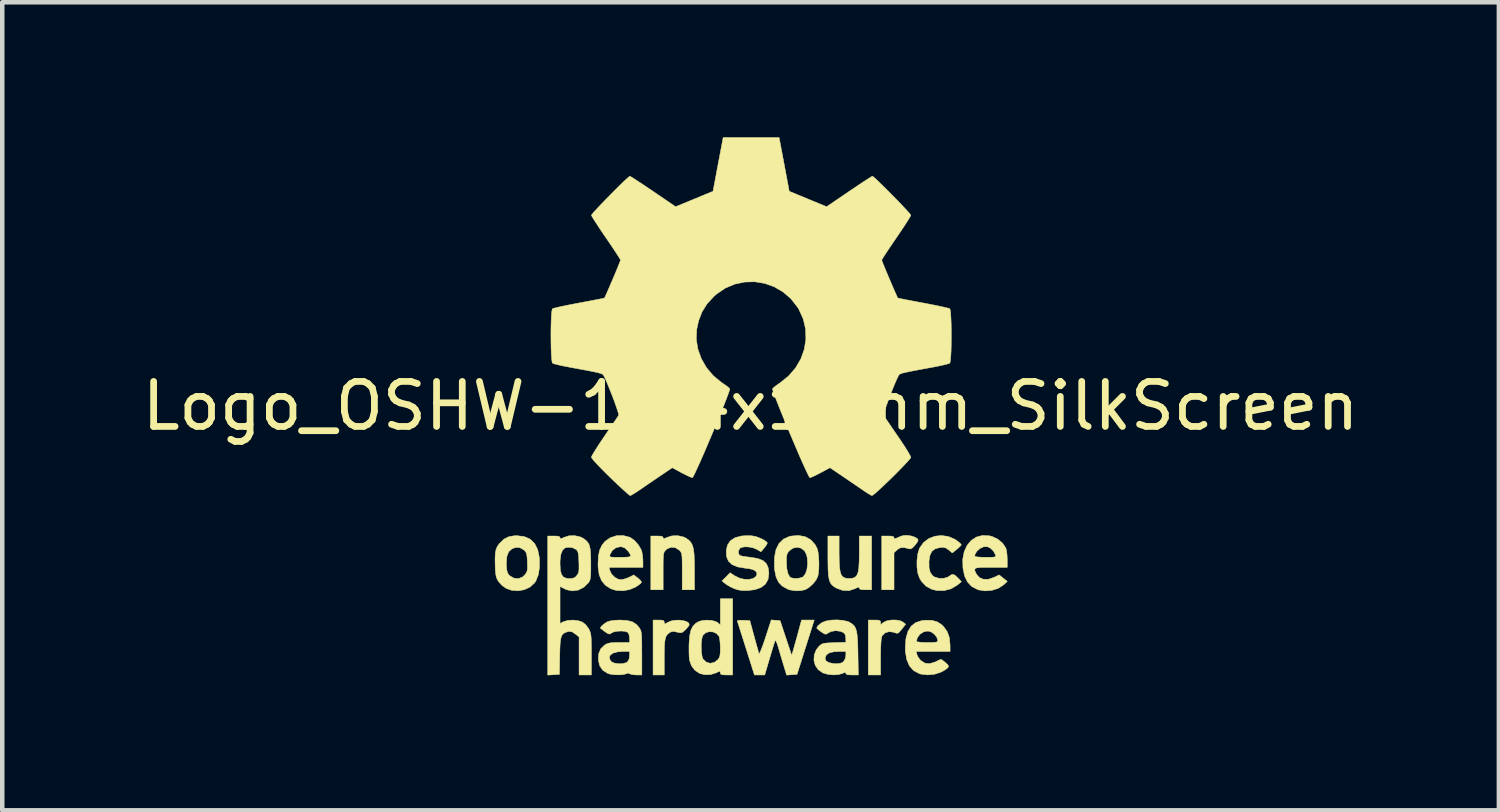
<source format=kicad_pcb>
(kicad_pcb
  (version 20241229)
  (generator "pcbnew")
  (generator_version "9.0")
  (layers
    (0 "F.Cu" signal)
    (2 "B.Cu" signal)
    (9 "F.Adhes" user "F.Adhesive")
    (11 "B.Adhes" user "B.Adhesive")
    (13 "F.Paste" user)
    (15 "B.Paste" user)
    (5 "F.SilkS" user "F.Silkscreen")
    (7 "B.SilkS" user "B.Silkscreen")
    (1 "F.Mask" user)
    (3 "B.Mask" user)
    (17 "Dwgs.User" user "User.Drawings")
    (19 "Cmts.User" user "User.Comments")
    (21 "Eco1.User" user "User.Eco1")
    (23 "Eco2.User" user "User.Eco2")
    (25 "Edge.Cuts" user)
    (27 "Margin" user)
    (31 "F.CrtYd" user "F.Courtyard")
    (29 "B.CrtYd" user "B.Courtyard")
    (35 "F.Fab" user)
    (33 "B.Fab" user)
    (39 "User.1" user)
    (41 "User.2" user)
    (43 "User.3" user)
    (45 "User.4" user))
  (footprint "Logo_OSHW-11.4x12mm_SilkScreen"
    (layer "F.Cu")
    (at 13.625 5.969)
    (property "Reference" "Logo_OSHW-11.4x12mm_SilkScreen" (at 0 0 0) (layer "F.SilkS") (effects (font (size 1 1) (thickness 0.15))))
    (attr exclude_from_pos_files exclude_from_bom)
    (fp_poly (pts (xy 3.564 2.887) (xy 3.649 2.914) (xy 3.704 2.947) (xy 3.722 2.973) (xy 3.717 3.004) (xy 3.685 3.053) (xy 3.658 3.087) (xy 3.602 3.149) (xy 3.56 3.176) (xy 3.524 3.174) (xy 3.418 3.147) (xy 3.34 3.148) (xy 3.277 3.179) (xy 3.256 3.197) (xy 3.187 3.26) (xy 3.187 4.084) (xy 2.914 4.084) (xy 2.914 2.889) (xy 3.05 2.889) (xy 3.133 2.892) (xy 3.175 2.903) (xy 3.187 2.926) (xy 3.187 2.927) (xy 3.193 2.95) (xy 3.22 2.947) (xy 3.256 2.93) (xy 3.331 2.898) (xy 3.392 2.879) (xy 3.471 2.874) (xy 3.564 2.887)) (stroke (width 0.01) (type solid)) (fill yes) (layer "F.SilkS"))
    (fp_poly (pts (xy 3.238 4.756) (xy 3.334 4.775) (xy 3.389 4.803) (xy 3.446 4.849) (xy 3.364 4.952) (xy 3.314 5.014) (xy 3.28 5.045) (xy 3.246 5.05) (xy 3.196 5.035) (xy 3.173 5.026) (xy 3.078 5.014) (xy 2.991 5.04) (xy 2.927 5.101) (xy 2.917 5.12) (xy 2.905 5.171) (xy 2.897 5.266) (xy 2.891 5.396) (xy 2.889 5.556) (xy 2.889 5.579) (xy 2.889 5.976) (xy 2.615 5.976) (xy 2.615 4.756) (xy 2.752 4.756) (xy 2.831 4.758) (xy 2.872 4.768) (xy 2.887 4.788) (xy 2.889 4.808) (xy 2.889 4.859) (xy 2.954 4.808) (xy 3.029 4.773) (xy 3.131 4.755) (xy 3.238 4.756)) (stroke (width 0.01) (type solid)) (fill yes) (layer "F.SilkS"))
    (fp_poly (pts (xy -1.967 4.759) (xy -1.93 4.77) (xy -1.918 4.795) (xy -1.917 4.806) (xy -1.915 4.837) (xy -1.9 4.841) (xy -1.86 4.82) (xy -1.837 4.806) (xy -1.761 4.775) (xy -1.672 4.76) (xy -1.577 4.758) (xy -1.489 4.77) (xy -1.417 4.792) (xy -1.372 4.824) (xy -1.363 4.865) (xy -1.367 4.875) (xy -1.4 4.921) (xy -1.452 4.976) (xy -1.461 4.985) (xy -1.51 5.026) (xy -1.552 5.04) (xy -1.611 5.03) (xy -1.635 5.024) (xy -1.708 5.009) (xy -1.76 5.016) (xy -1.804 5.039) (xy -1.844 5.071) (xy -1.874 5.111) (xy -1.894 5.166) (xy -1.907 5.245) (xy -1.914 5.355) (xy -1.917 5.503) (xy -1.917 5.592) (xy -1.917 5.976) (xy -2.166 5.976) (xy -2.166 4.756) (xy -2.042 4.756) (xy -1.967 4.759)) (stroke (width 0.01) (type solid)) (fill yes) (layer "F.SilkS"))
    (fp_poly (pts (xy 1.967 3.276) (xy 1.97 3.459) (xy 1.978 3.598) (xy 1.995 3.698) (xy 2.023 3.766) (xy 2.065 3.808) (xy 2.121 3.828) (xy 2.191 3.833) (xy 2.265 3.827) (xy 2.321 3.806) (xy 2.361 3.763) (xy 2.389 3.694) (xy 2.405 3.591) (xy 2.413 3.451) (xy 2.415 3.276) (xy 2.415 2.889) (xy 2.689 2.889) (xy 2.689 4.084) (xy 2.552 4.084) (xy 2.47 4.081) (xy 2.427 4.069) (xy 2.415 4.047) (xy 2.408 4.027) (xy 2.38 4.031) (xy 2.322 4.059) (xy 2.191 4.102) (xy 2.051 4.099) (xy 1.918 4.052) (xy 1.854 4.015) (xy 1.806 3.975) (xy 1.77 3.924) (xy 1.746 3.857) (xy 1.73 3.765) (xy 1.722 3.642) (xy 1.719 3.481) (xy 1.718 3.356) (xy 1.718 2.889) (xy 1.967 2.889) (xy 1.967 3.276)) (stroke (width 0.01) (type solid)) (fill yes) (layer "F.SilkS"))
    (fp_poly (pts (xy -1.493 2.909) (xy -1.431 2.939) (xy -1.371 2.982) (xy -1.326 3.031) (xy -1.292 3.094) (xy -1.269 3.177) (xy -1.255 3.288) (xy -1.248 3.434) (xy -1.246 3.622) (xy -1.246 3.642) (xy -1.245 4.084) (xy -1.519 4.084) (xy -1.519 3.676) (xy -1.519 3.525) (xy -1.521 3.416) (xy -1.524 3.34) (xy -1.531 3.289) (xy -1.543 3.255) (xy -1.56 3.229) (xy -1.585 3.203) (xy -1.67 3.149) (xy -1.762 3.138) (xy -1.851 3.173) (xy -1.881 3.199) (xy -1.904 3.223) (xy -1.92 3.249) (xy -1.931 3.285) (xy -1.937 3.339) (xy -1.941 3.418) (xy -1.942 3.533) (xy -1.942 3.672) (xy -1.942 4.084) (xy -2.216 4.084) (xy -2.216 2.889) (xy -2.079 2.889) (xy -1.997 2.892) (xy -1.955 2.903) (xy -1.942 2.926) (xy -1.942 2.927) (xy -1.937 2.949) (xy -1.911 2.946) (xy -1.861 2.922) (xy -1.748 2.886) (xy -1.618 2.882) (xy -1.493 2.909)) (stroke (width 0.01) (type solid)) (fill yes) (layer "F.SilkS"))
    (fp_poly (pts (xy 4.391 2.899) (xy 4.535 2.96) (xy 4.581 2.99) (xy 4.639 3.036) (xy 4.675 3.072) (xy 4.682 3.084) (xy 4.664 3.11) (xy 4.618 3.154) (xy 4.581 3.185) (xy 4.481 3.266) (xy 4.402 3.199) (xy 4.341 3.156) (xy 4.281 3.141) (xy 4.213 3.145) (xy 4.104 3.172) (xy 4.03 3.228) (xy 3.985 3.318) (xy 3.964 3.448) (xy 3.964 3.449) (xy 3.966 3.594) (xy 3.993 3.701) (xy 4.049 3.774) (xy 4.086 3.799) (xy 4.186 3.829) (xy 4.293 3.829) (xy 4.386 3.8) (xy 4.408 3.785) (xy 4.463 3.748) (xy 4.506 3.742) (xy 4.552 3.769) (xy 4.604 3.819) (xy 4.685 3.903) (xy 4.595 3.978) (xy 4.455 4.062) (xy 4.298 4.103) (xy 4.134 4.1) (xy 4.026 4.072) (xy 3.899 4.005) (xy 3.798 3.898) (xy 3.753 3.822) (xy 3.715 3.714) (xy 3.697 3.577) (xy 3.697 3.429) (xy 3.715 3.286) (xy 3.751 3.167) (xy 3.757 3.155) (xy 3.842 3.035) (xy 3.957 2.947) (xy 4.093 2.894) (xy 4.24 2.878) (xy 4.391 2.899)) (stroke (width 0.01) (type solid)) (fill yes) (layer "F.SilkS"))
    (fp_poly (pts (xy 1.21 2.903) (xy 1.336 2.972) (xy 1.434 3.08) (xy 1.48 3.168) (xy 1.5 3.246) (xy 1.513 3.357) (xy 1.519 3.485) (xy 1.517 3.613) (xy 1.506 3.726) (xy 1.494 3.786) (xy 1.454 3.868) (xy 1.383 3.956) (xy 1.298 4.032) (xy 1.214 4.082) (xy 1.212 4.082) (xy 1.108 4.104) (xy 0.985 4.105) (xy 0.867 4.085) (xy 0.822 4.069) (xy 0.705 4.003) (xy 0.622 3.916) (xy 0.567 3.801) (xy 0.536 3.651) (xy 0.529 3.572) (xy 0.53 3.473) (xy 0.797 3.473) (xy 0.806 3.618) (xy 0.832 3.728) (xy 0.873 3.798) (xy 0.902 3.818) (xy 0.977 3.832) (xy 1.066 3.828) (xy 1.144 3.808) (xy 1.164 3.797) (xy 1.217 3.732) (xy 1.252 3.633) (xy 1.267 3.513) (xy 1.26 3.383) (xy 1.244 3.306) (xy 1.197 3.216) (xy 1.123 3.16) (xy 1.033 3.14) (xy 0.941 3.16) (xy 0.87 3.21) (xy 0.832 3.252) (xy 0.811 3.292) (xy 0.8 3.347) (xy 0.797 3.432) (xy 0.797 3.473) (xy 0.53 3.473) (xy 0.531 3.362) (xy 0.565 3.189) (xy 0.632 3.055) (xy 0.731 2.958) (xy 0.862 2.899) (xy 0.89 2.892) (xy 1.06 2.876) (xy 1.21 2.903)) (stroke (width 0.01) (type solid)) (fill yes) (layer "F.SilkS"))
    (fp_poly (pts (xy 0.558 4.761) (xy 0.656 4.769) (xy 0.785 5.155) (xy 0.914 5.541) (xy 0.954 5.404) (xy 0.978 5.319) (xy 1.01 5.205) (xy 1.045 5.079) (xy 1.063 5.012) (xy 1.132 4.756) (xy 1.415 4.756) (xy 1.33 5.024) (xy 1.288 5.156) (xy 1.238 5.314) (xy 1.185 5.48) (xy 1.139 5.628) (xy 1.032 5.964) (xy 0.801 5.979) (xy 0.738 5.772) (xy 0.699 5.644) (xy 0.657 5.502) (xy 0.62 5.377) (xy 0.619 5.372) (xy 0.592 5.288) (xy 0.567 5.23) (xy 0.55 5.208) (xy 0.547 5.21) (xy 0.534 5.244) (xy 0.511 5.317) (xy 0.48 5.419) (xy 0.443 5.542) (xy 0.423 5.609) (xy 0.315 5.976) (xy 0.086 5.976) (xy -0.098 5.397) (xy -0.149 5.235) (xy -0.196 5.088) (xy -0.236 4.962) (xy -0.267 4.865) (xy -0.287 4.804) (xy -0.293 4.786) (xy -0.288 4.768) (xy -0.251 4.76) (xy -0.173 4.761) (xy -0.16 4.761) (xy -0.016 4.769) (xy 0.079 5.117) (xy 0.114 5.244) (xy 0.145 5.356) (xy 0.17 5.443) (xy 0.185 5.495) (xy 0.188 5.503) (xy 0.2 5.494) (xy 0.224 5.443) (xy 0.257 5.359) (xy 0.297 5.248) (xy 0.331 5.147) (xy 0.459 4.754) (xy 0.558 4.761)) (stroke (width 0.01) (type solid)) (fill yes) (layer "F.SilkS"))
    (fp_poly (pts (xy -5.027 2.902) (xy -4.896 2.959) (xy -4.798 3.055) (xy -4.73 3.19) (xy -4.693 3.364) (xy -4.691 3.391) (xy -4.689 3.582) (xy -4.715 3.75) (xy -4.769 3.886) (xy -4.798 3.93) (xy -4.898 4.022) (xy -5.025 4.082) (xy -5.168 4.107) (xy -5.314 4.094) (xy -5.424 4.055) (xy -5.52 3.99) (xy -5.597 3.904) (xy -5.599 3.902) (xy -5.63 3.849) (xy -5.651 3.795) (xy -5.663 3.728) (xy -5.671 3.633) (xy -5.674 3.555) (xy -5.675 3.484) (xy -5.426 3.484) (xy -5.424 3.554) (xy -5.415 3.648) (xy -5.399 3.708) (xy -5.371 3.751) (xy -5.345 3.776) (xy -5.252 3.828) (xy -5.154 3.835) (xy -5.063 3.798) (xy -5.018 3.755) (xy -4.985 3.713) (xy -4.966 3.672) (xy -4.957 3.619) (xy -4.957 3.54) (xy -4.959 3.467) (xy -4.965 3.363) (xy -4.974 3.295) (xy -4.99 3.251) (xy -5.017 3.217) (xy -5.038 3.198) (xy -5.127 3.147) (xy -5.223 3.145) (xy -5.303 3.175) (xy -5.372 3.237) (xy -5.413 3.34) (xy -5.426 3.484) (xy -5.675 3.484) (xy -5.677 3.4) (xy -5.672 3.284) (xy -5.657 3.196) (xy -5.63 3.128) (xy -5.588 3.067) (xy -5.573 3.049) (xy -5.478 2.959) (xy -5.375 2.906) (xy -5.25 2.884) (xy -5.189 2.882) (xy -5.027 2.902)) (stroke (width 0.01) (type solid)) (fill yes) (layer "F.SilkS"))
    (fp_poly (pts (xy -0.398 5.976) (xy -0.535 5.976) (xy -0.615 5.974) (xy -0.656 5.964) (xy -0.671 5.944) (xy -0.672 5.929) (xy -0.675 5.901) (xy -0.691 5.895) (xy -0.732 5.913) (xy -0.765 5.929) (xy -0.889 5.968) (xy -1.024 5.97) (xy -1.134 5.941) (xy -1.237 5.872) (xy -1.315 5.769) (xy -1.357 5.647) (xy -1.358 5.64) (xy -1.365 5.566) (xy -1.368 5.46) (xy -1.368 5.379) (xy -1.096 5.379) (xy -1.089 5.486) (xy -1.075 5.574) (xy -1.056 5.624) (xy -0.982 5.692) (xy -0.895 5.717) (xy -0.805 5.697) (xy -0.728 5.638) (xy -0.699 5.598) (xy -0.682 5.551) (xy -0.674 5.482) (xy -0.672 5.379) (xy -0.676 5.276) (xy -0.685 5.186) (xy -0.698 5.126) (xy -0.7 5.12) (xy -0.754 5.056) (xy -0.831 5.021) (xy -0.918 5.015) (xy -0.998 5.039) (xy -1.058 5.095) (xy -1.064 5.106) (xy -1.083 5.173) (xy -1.094 5.269) (xy -1.096 5.379) (xy -1.368 5.379) (xy -1.368 5.338) (xy -1.366 5.273) (xy -1.354 5.111) (xy -1.328 4.99) (xy -1.286 4.9) (xy -1.224 4.834) (xy -1.163 4.795) (xy -1.078 4.767) (xy -0.972 4.758) (xy -0.864 4.765) (xy -0.772 4.789) (xy -0.723 4.818) (xy -0.672 4.864) (xy -0.672 4.283) (xy -0.398 4.283) (xy -0.398 5.976)) (stroke (width 0.01) (type solid)) (fill yes) (layer "F.SilkS"))
    (fp_poly (pts (xy 5.303 2.884) (xy 5.367 2.9) (xy 5.489 2.957) (xy 5.594 3.043) (xy 5.666 3.147) (xy 5.676 3.17) (xy 5.69 3.231) (xy 5.699 3.322) (xy 5.703 3.413) (xy 5.703 3.586) (xy 5.341 3.586) (xy 5.193 3.586) (xy 5.088 3.59) (xy 5.021 3.599) (xy 4.987 3.616) (xy 4.979 3.643) (xy 4.992 3.684) (xy 5.016 3.732) (xy 5.082 3.811) (xy 5.174 3.851) (xy 5.286 3.85) (xy 5.412 3.807) (xy 5.522 3.753) (xy 5.613 3.825) (xy 5.704 3.897) (xy 5.619 3.976) (xy 5.504 4.051) (xy 5.364 4.096) (xy 5.212 4.109) (xy 5.066 4.086) (xy 5.043 4.078) (xy 4.914 4.011) (xy 4.819 3.911) (xy 4.754 3.775) (xy 4.718 3.6) (xy 4.718 3.597) (xy 4.714 3.406) (xy 4.727 3.338) (xy 4.98 3.338) (xy 5.004 3.348) (xy 5.067 3.357) (xy 5.16 3.361) (xy 5.219 3.362) (xy 5.329 3.361) (xy 5.397 3.359) (xy 5.433 3.351) (xy 5.446 3.337) (xy 5.443 3.315) (xy 5.44 3.306) (xy 5.395 3.223) (xy 5.325 3.156) (xy 5.263 3.127) (xy 5.181 3.128) (xy 5.098 3.165) (xy 5.028 3.226) (xy 4.986 3.299) (xy 4.98 3.338) (xy 4.727 3.338) (xy 4.746 3.238) (xy 4.81 3.098) (xy 4.901 2.988) (xy 5.016 2.913) (xy 5.151 2.877) (xy 5.303 2.884)) (stroke (width 0.01) (type solid)) (fill yes) (layer "F.SilkS"))
    (fp_poly (pts (xy 0.028 2.884) (xy 0.122 2.902) (xy 0.22 2.94) (xy 0.23 2.944) (xy 0.305 2.983) (xy 0.356 3.02) (xy 0.373 3.043) (xy 0.357 3.081) (xy 0.318 3.137) (xy 0.301 3.158) (xy 0.231 3.24) (xy 0.14 3.186) (xy 0.054 3.151) (xy -0.045 3.132) (xy -0.141 3.13) (xy -0.215 3.148) (xy -0.233 3.159) (xy -0.266 3.211) (xy -0.271 3.27) (xy -0.245 3.316) (xy -0.23 3.324) (xy -0.186 3.336) (xy -0.107 3.349) (xy -0.01 3.361) (xy 0.008 3.363) (xy 0.164 3.39) (xy 0.278 3.436) (xy 0.353 3.505) (xy 0.394 3.601) (xy 0.407 3.719) (xy 0.389 3.852) (xy 0.331 3.957) (xy 0.232 4.034) (xy 0.093 4.082) (xy -0.062 4.101) (xy -0.189 4.101) (xy -0.291 4.083) (xy -0.361 4.059) (xy -0.45 4.018) (xy -0.531 3.97) (xy -0.56 3.949) (xy -0.635 3.888) (xy -0.545 3.797) (xy -0.455 3.705) (xy -0.352 3.773) (xy -0.25 3.824) (xy -0.14 3.851) (xy -0.034 3.853) (xy 0.056 3.833) (xy 0.119 3.789) (xy 0.139 3.753) (xy 0.136 3.694) (xy 0.085 3.649) (xy -0.013 3.618) (xy -0.121 3.604) (xy -0.287 3.576) (xy -0.41 3.525) (xy -0.492 3.447) (xy -0.535 3.343) (xy -0.541 3.218) (xy -0.512 3.089) (xy -0.445 2.991) (xy -0.34 2.924) (xy -0.196 2.888) (xy -0.089 2.881) (xy 0.028 2.884)) (stroke (width 0.01) (type solid)) (fill yes) (layer "F.SilkS"))
    (fp_poly (pts (xy 4.025 4.763) (xy 4.144 4.794) (xy 4.244 4.858) (xy 4.292 4.905) (xy 4.371 5.018) (xy 4.417 5.149) (xy 4.432 5.31) (xy 4.432 5.323) (xy 4.433 5.454) (xy 3.68 5.454) (xy 3.696 5.522) (xy 3.725 5.584) (xy 3.776 5.649) (xy 3.786 5.659) (xy 3.877 5.715) (xy 3.981 5.724) (xy 4.101 5.688) (xy 4.121 5.678) (xy 4.183 5.648) (xy 4.225 5.63) (xy 4.232 5.629) (xy 4.258 5.644) (xy 4.306 5.682) (xy 4.331 5.702) (xy 4.382 5.75) (xy 4.398 5.781) (xy 4.387 5.81) (xy 4.38 5.817) (xy 4.338 5.852) (xy 4.269 5.894) (xy 4.221 5.918) (xy 4.084 5.961) (xy 3.932 5.975) (xy 3.788 5.958) (xy 3.748 5.946) (xy 3.623 5.88) (xy 3.531 5.777) (xy 3.47 5.637) (xy 3.44 5.459) (xy 3.437 5.366) (xy 3.447 5.231) (xy 3.685 5.231) (xy 3.709 5.241) (xy 3.771 5.249) (xy 3.861 5.254) (xy 3.922 5.254) (xy 4.032 5.254) (xy 4.101 5.25) (xy 4.14 5.242) (xy 4.156 5.227) (xy 4.159 5.205) (xy 4.137 5.138) (xy 4.084 5.072) (xy 4.013 5.021) (xy 3.942 5) (xy 3.846 5.018) (xy 3.763 5.072) (xy 3.705 5.149) (xy 3.685 5.231) (xy 3.447 5.231) (xy 3.451 5.169) (xy 3.494 5.012) (xy 3.566 4.894) (xy 3.668 4.813) (xy 3.802 4.769) (xy 3.875 4.761) (xy 4.025 4.763)) (stroke (width 0.01) (type solid)) (fill yes) (layer "F.SilkS"))
    (fp_poly (pts (xy -2.687 2.916) (xy -2.662 2.928) (xy -2.576 2.991) (xy -2.495 3.083) (xy -2.434 3.184) (xy -2.417 3.23) (xy -2.401 3.313) (xy -2.392 3.414) (xy -2.391 3.455) (xy -2.391 3.586) (xy -3.143 3.586) (xy -3.127 3.654) (xy -3.088 3.735) (xy -3.019 3.805) (xy -2.937 3.85) (xy -2.885 3.86) (xy -2.814 3.848) (xy -2.73 3.82) (xy -2.701 3.807) (xy -2.595 3.754) (xy -2.504 3.823) (xy -2.452 3.87) (xy -2.424 3.908) (xy -2.423 3.919) (xy -2.448 3.947) (xy -2.502 3.989) (xy -2.551 4.021) (xy -2.685 4.079) (xy -2.834 4.106) (xy -2.982 4.099) (xy -3.1 4.063) (xy -3.222 3.986) (xy -3.308 3.885) (xy -3.363 3.754) (xy -3.387 3.587) (xy -3.389 3.511) (xy -3.381 3.337) (xy -3.38 3.332) (xy -3.13 3.332) (xy -3.123 3.348) (xy -3.095 3.357) (xy -3.037 3.361) (xy -2.94 3.362) (xy -2.903 3.362) (xy -2.789 3.36) (xy -2.717 3.356) (xy -2.679 3.346) (xy -2.665 3.33) (xy -2.665 3.325) (xy -2.68 3.284) (xy -2.719 3.228) (xy -2.736 3.208) (xy -2.798 3.152) (xy -2.864 3.13) (xy -2.899 3.128) (xy -2.993 3.151) (xy -3.073 3.213) (xy -3.123 3.303) (xy -3.124 3.306) (xy -3.13 3.332) (xy -3.38 3.332) (xy -3.352 3.199) (xy -3.299 3.089) (xy -3.236 3.011) (xy -3.118 2.927) (xy -2.979 2.882) (xy -2.831 2.878) (xy -2.687 2.916)) (stroke (width 0.01) (type solid)) (fill yes) (layer "F.SilkS"))
    (fp_poly (pts (xy 2.056 4.764) (xy 2.161 4.789) (xy 2.192 4.803) (xy 2.251 4.838) (xy 2.296 4.878) (xy 2.329 4.929) (xy 2.353 4.999) (xy 2.368 5.093) (xy 2.378 5.22) (xy 2.384 5.386) (xy 2.386 5.497) (xy 2.394 5.976) (xy 2.256 5.976) (xy 2.171 5.973) (xy 2.128 5.961) (xy 2.117 5.941) (xy 2.111 5.919) (xy 2.084 5.923) (xy 2.048 5.94) (xy 1.958 5.967) (xy 1.842 5.975) (xy 1.72 5.963) (xy 1.611 5.932) (xy 1.602 5.928) (xy 1.503 5.859) (xy 1.437 5.762) (xy 1.407 5.649) (xy 1.41 5.608) (xy 1.655 5.608) (xy 1.676 5.663) (xy 1.74 5.702) (xy 1.844 5.723) (xy 1.899 5.726) (xy 1.991 5.719) (xy 2.052 5.691) (xy 2.067 5.678) (xy 2.107 5.606) (xy 2.117 5.541) (xy 2.117 5.454) (xy 1.995 5.454) (xy 1.854 5.461) (xy 1.755 5.483) (xy 1.693 5.523) (xy 1.679 5.541) (xy 1.655 5.608) (xy 1.41 5.608) (xy 1.414 5.53) (xy 1.459 5.417) (xy 1.52 5.34) (xy 1.557 5.307) (xy 1.594 5.285) (xy 1.641 5.272) (xy 1.711 5.265) (xy 1.815 5.26) (xy 1.857 5.258) (xy 2.117 5.25) (xy 2.116 5.171) (xy 2.106 5.088) (xy 2.07 5.038) (xy 1.996 5.006) (xy 1.994 5.006) (xy 1.89 4.993) (xy 1.788 5.01) (xy 1.712 5.05) (xy 1.682 5.069) (xy 1.649 5.067) (xy 1.599 5.038) (xy 1.569 5.018) (xy 1.511 4.975) (xy 1.475 4.943) (xy 1.47 4.933) (xy 1.493 4.886) (xy 1.563 4.829) (xy 1.594 4.809) (xy 1.681 4.776) (xy 1.799 4.757) (xy 1.93 4.753) (xy 2.056 4.764)) (stroke (width 0.01) (type solid)) (fill yes) (layer "F.SilkS"))
    (fp_poly (pts (xy -2.741 4.766) (xy -2.624 4.797) (xy -2.535 4.854) (xy -2.472 4.928) (xy -2.452 4.96) (xy -2.438 4.993) (xy -2.428 5.035) (xy -2.421 5.095) (xy -2.418 5.179) (xy -2.416 5.296) (xy -2.416 5.453) (xy -2.415 5.495) (xy -2.415 5.976) (xy -2.535 5.976) (xy -2.611 5.971) (xy -2.668 5.958) (xy -2.682 5.949) (xy -2.72 5.935) (xy -2.76 5.949) (xy -2.825 5.967) (xy -2.919 5.974) (xy -3.024 5.971) (xy -3.119 5.958) (xy -3.175 5.941) (xy -3.283 5.872) (xy -3.35 5.776) (xy -3.381 5.648) (xy -3.381 5.645) (xy -3.378 5.588) (xy -3.138 5.588) (xy -3.117 5.652) (xy -3.082 5.689) (xy -3.013 5.716) (xy -2.923 5.727) (xy -2.83 5.722) (xy -2.756 5.7) (xy -2.735 5.686) (xy -2.699 5.622) (xy -2.689 5.549) (xy -2.689 5.454) (xy -2.827 5.454) (xy -2.958 5.464) (xy -3.057 5.492) (xy -3.119 5.537) (xy -3.138 5.588) (xy -3.378 5.588) (xy -3.375 5.505) (xy -3.328 5.394) (xy -3.242 5.311) (xy -3.23 5.303) (xy -3.178 5.278) (xy -3.115 5.263) (xy -3.026 5.256) (xy -2.92 5.254) (xy -2.689 5.254) (xy -2.689 5.158) (xy -2.699 5.083) (xy -2.724 5.033) (xy -2.727 5.03) (xy -2.783 5.008) (xy -2.866 5) (xy -2.959 5.004) (xy -3.041 5.02) (xy -3.089 5.044) (xy -3.116 5.063) (xy -3.143 5.067) (xy -3.182 5.051) (xy -3.24 5.012) (xy -3.327 4.945) (xy -3.335 4.939) (xy -3.331 4.916) (xy -3.296 4.877) (xy -3.245 4.835) (xy -3.188 4.799) (xy -3.17 4.79) (xy -3.104 4.773) (xy -3.008 4.761) (xy -2.901 4.756) (xy -2.896 4.756) (xy -2.741 4.766)) (stroke (width 0.01) (type solid)) (fill yes) (layer "F.SilkS"))
    (fp_poly (pts (xy -3.78 2.91) (xy -3.728 2.935) (xy -3.663 2.981) (xy -3.616 3.03) (xy -3.583 3.092) (xy -3.563 3.175) (xy -3.553 3.288) (xy -3.549 3.438) (xy -3.549 3.503) (xy -3.549 3.645) (xy -3.552 3.747) (xy -3.558 3.817) (xy -3.568 3.865) (xy -3.584 3.901) (xy -3.6 3.925) (xy -3.704 4.028) (xy -3.826 4.09) (xy -3.958 4.109) (xy -4.091 4.082) (xy -4.133 4.062) (xy -4.233 4.01) (xy -4.233 4.832) (xy -4.16 4.794) (xy -4.063 4.765) (xy -3.944 4.757) (xy -3.825 4.771) (xy -3.736 4.802) (xy -3.661 4.862) (xy -3.598 4.947) (xy -3.593 4.956) (xy -3.573 4.997) (xy -3.558 5.038) (xy -3.548 5.089) (xy -3.541 5.156) (xy -3.538 5.249) (xy -3.536 5.377) (xy -3.536 5.52) (xy -3.536 5.976) (xy -3.81 5.976) (xy -3.81 5.134) (xy -3.887 5.07) (xy -3.966 5.018) (xy -4.042 5.009) (xy -4.117 5.033) (xy -4.158 5.057) (xy -4.188 5.09) (xy -4.209 5.141) (xy -4.224 5.216) (xy -4.233 5.323) (xy -4.238 5.469) (xy -4.24 5.566) (xy -4.246 5.964) (xy -4.377 5.972) (xy -4.507 5.979) (xy -4.507 3.507) (xy -4.233 3.507) (xy -4.226 3.644) (xy -4.203 3.74) (xy -4.159 3.8) (xy -4.091 3.829) (xy -4.022 3.835) (xy -3.944 3.828) (xy -3.892 3.802) (xy -3.859 3.766) (xy -3.834 3.729) (xy -3.819 3.687) (xy -3.812 3.628) (xy -3.812 3.539) (xy -3.814 3.465) (xy -3.819 3.354) (xy -3.827 3.281) (xy -3.84 3.234) (xy -3.861 3.203) (xy -3.881 3.185) (xy -3.965 3.146) (xy -4.063 3.14) (xy -4.12 3.153) (xy -4.176 3.201) (xy -4.214 3.295) (xy -4.232 3.433) (xy -4.233 3.507) (xy -4.507 3.507) (xy -4.507 2.889) (xy -4.37 2.889) (xy -4.288 2.892) (xy -4.246 2.903) (xy -4.233 2.926) (xy -4.233 2.927) (xy -4.228 2.949) (xy -4.202 2.946) (xy -4.152 2.922) (xy -4.036 2.885) (xy -3.905 2.881) (xy -3.78 2.91)) (stroke (width 0.01) (type solid)) (fill yes) (layer "F.SilkS"))
    (fp_poly (pts (xy 0.747 -5.367) (xy 0.859 -4.77) (xy 1.275 -4.598) (xy 1.69 -4.427) (xy 2.188 -4.766) (xy 2.328 -4.86) (xy 2.454 -4.945) (xy 2.561 -5.015) (xy 2.643 -5.067) (xy 2.693 -5.098) (xy 2.707 -5.105) (xy 2.732 -5.088) (xy 2.785 -5.041) (xy 2.86 -4.969) (xy 2.952 -4.88) (xy 3.054 -4.778) (xy 3.161 -4.67) (xy 3.266 -4.563) (xy 3.363 -4.461) (xy 3.447 -4.372) (xy 3.512 -4.301) (xy 3.552 -4.253) (xy 3.561 -4.238) (xy 3.547 -4.209) (xy 3.509 -4.145) (xy 3.451 -4.053) (xy 3.376 -3.939) (xy 3.288 -3.809) (xy 3.237 -3.734) (xy 3.145 -3.599) (xy 3.063 -3.477) (xy 2.995 -3.374) (xy 2.945 -3.296) (xy 2.918 -3.25) (xy 2.914 -3.24) (xy 2.923 -3.213) (xy 2.948 -3.149) (xy 2.986 -3.057) (xy 3.032 -2.946) (xy 3.083 -2.826) (xy 3.134 -2.706) (xy 3.182 -2.594) (xy 3.224 -2.5) (xy 3.254 -2.432) (xy 3.271 -2.399) (xy 3.272 -2.398) (xy 3.297 -2.392) (xy 3.364 -2.378) (xy 3.466 -2.358) (xy 3.597 -2.333) (xy 3.748 -2.304) (xy 3.837 -2.288) (xy 3.998 -2.257) (xy 4.145 -2.228) (xy 4.268 -2.201) (xy 4.36 -2.18) (xy 4.415 -2.165) (xy 4.426 -2.16) (xy 4.437 -2.127) (xy 4.446 -2.053) (xy 4.452 -1.947) (xy 4.457 -1.817) (xy 4.46 -1.671) (xy 4.46 -1.519) (xy 4.458 -1.369) (xy 4.455 -1.23) (xy 4.449 -1.11) (xy 4.441 -1.018) (xy 4.431 -0.962) (xy 4.425 -0.951) (xy 4.39 -0.937) (xy 4.316 -0.917) (xy 4.212 -0.894) (xy 4.089 -0.869) (xy 4.046 -0.861) (xy 3.838 -0.823) (xy 3.674 -0.792) (xy 3.548 -0.768) (xy 3.455 -0.748) (xy 3.389 -0.733) (xy 3.346 -0.719) (xy 3.318 -0.707) (xy 3.302 -0.696) (xy 3.3 -0.693) (xy 3.278 -0.656) (xy 3.243 -0.583) (xy 3.2 -0.483) (xy 3.153 -0.366) (xy 3.103 -0.241) (xy 3.056 -0.115) (xy 3.014 0.001) (xy 2.981 0.099) (xy 2.96 0.171) (xy 2.954 0.206) (xy 2.954 0.207) (xy 2.973 0.236) (xy 3.016 0.299) (xy 3.078 0.39) (xy 3.154 0.502) (xy 3.241 0.629) (xy 3.266 0.665) (xy 3.355 0.796) (xy 3.433 0.915) (xy 3.496 1.016) (xy 3.539 1.092) (xy 3.56 1.136) (xy 3.561 1.142) (xy 3.544 1.17) (xy 3.496 1.226) (xy 3.424 1.304) (xy 3.334 1.397) (xy 3.232 1.501) (xy 3.124 1.608) (xy 3.016 1.712) (xy 2.914 1.809) (xy 2.825 1.89) (xy 2.755 1.952) (xy 2.709 1.986) (xy 2.696 1.992) (xy 2.667 1.979) (xy 2.607 1.943) (xy 2.526 1.89) (xy 2.463 1.847) (xy 2.35 1.769) (xy 2.216 1.678) (xy 2.081 1.586) (xy 2.009 1.537) (xy 1.764 1.372) (xy 1.559 1.483) (xy 1.465 1.531) (xy 1.385 1.569) (xy 1.331 1.591) (xy 1.318 1.594) (xy 1.301 1.572) (xy 1.269 1.509) (xy 1.223 1.412) (xy 1.165 1.285) (xy 1.099 1.136) (xy 1.027 0.969) (xy 0.951 0.791) (xy 0.873 0.607) (xy 0.796 0.422) (xy 0.723 0.244) (xy 0.655 0.077) (xy 0.596 -0.072) (xy 0.547 -0.199) (xy 0.511 -0.297) (xy 0.491 -0.36) (xy 0.488 -0.381) (xy 0.513 -0.409) (xy 0.57 -0.454) (xy 0.644 -0.506) (xy 0.651 -0.51) (xy 0.844 -0.665) (xy 1 -0.846) (xy 1.117 -1.046) (xy 1.194 -1.261) (xy 1.229 -1.484) (xy 1.222 -1.71) (xy 1.17 -1.933) (xy 1.073 -2.147) (xy 1.044 -2.194) (xy 0.896 -2.383) (xy 0.72 -2.534) (xy 0.524 -2.648) (xy 0.313 -2.723) (xy 0.093 -2.759) (xy -0.13 -2.753) (xy -0.349 -2.707) (xy -0.559 -2.619) (xy -0.753 -2.488) (xy -0.813 -2.435) (xy -0.966 -2.269) (xy -1.077 -2.093) (xy -1.153 -1.897) (xy -1.196 -1.703) (xy -1.206 -1.484) (xy -1.171 -1.264) (xy -1.094 -1.051) (xy -0.979 -0.851) (xy -0.829 -0.673) (xy -0.647 -0.523) (xy -0.623 -0.507) (xy -0.548 -0.456) (xy -0.49 -0.411) (xy -0.463 -0.382) (xy -0.462 -0.381) (xy -0.468 -0.35) (xy -0.492 -0.28) (xy -0.53 -0.176) (xy -0.581 -0.045) (xy -0.642 0.109) (xy -0.711 0.278) (xy -0.786 0.458) (xy -0.863 0.643) (xy -0.941 0.826) (xy -1.016 1.003) (xy -1.088 1.167) (xy -1.152 1.312) (xy -1.208 1.433) (xy -1.251 1.524) (xy -1.281 1.579) (xy -1.293 1.594) (xy -1.329 1.582) (xy -1.397 1.552) (xy -1.485 1.508) (xy -1.534 1.483) (xy -1.739 1.372) (xy -1.984 1.537) (xy -2.109 1.622) (xy -2.246 1.715) (xy -2.374 1.803) (xy -2.438 1.847) (xy -2.528 1.908) (xy -2.605 1.956) (xy -2.658 1.986) (xy -2.675 1.992) (xy -2.7 1.975) (xy -2.755 1.928) (xy -2.835 1.856) (xy -2.934 1.764) (xy -3.048 1.656) (xy -3.12 1.587) (xy -3.245 1.464) (xy -3.354 1.353) (xy -3.441 1.26) (xy -3.503 1.19) (xy -3.534 1.147) (xy -3.537 1.138) (xy -3.523 1.105) (xy -3.485 1.038) (xy -3.426 0.944) (xy -3.352 0.829) (xy -3.266 0.701) (xy -3.241 0.665) (xy -3.152 0.535) (xy -3.072 0.418) (xy -3.006 0.321) (xy -2.958 0.25) (xy -2.932 0.211) (xy -2.93 0.207) (xy -2.933 0.176) (xy -2.953 0.108) (xy -2.985 0.013) (xy -3.026 -0.102) (xy -3.073 -0.227) (xy -3.123 -0.353) (xy -3.171 -0.472) (xy -3.214 -0.574) (xy -3.25 -0.65) (xy -3.273 -0.691) (xy -3.275 -0.693) (xy -3.29 -0.705) (xy -3.314 -0.717) (xy -3.355 -0.73) (xy -3.416 -0.745) (xy -3.503 -0.764) (xy -3.622 -0.787) (xy -3.779 -0.816) (xy -3.978 -0.853) (xy -4.021 -0.861) (xy -4.149 -0.886) (xy -4.26 -0.91) (xy -4.345 -0.931) (xy -4.394 -0.947) (xy -4.401 -0.951) (xy -4.411 -0.984) (xy -4.42 -1.058) (xy -4.427 -1.165) (xy -4.432 -1.295) (xy -4.434 -1.441) (xy -4.435 -1.593) (xy -4.434 -1.743) (xy -4.43 -1.882) (xy -4.425 -2.002) (xy -4.417 -2.093) (xy -4.407 -2.148) (xy -4.401 -2.16) (xy -4.369 -2.171) (xy -4.295 -2.19) (xy -4.186 -2.214) (xy -4.051 -2.242) (xy -3.896 -2.272) (xy -3.812 -2.288) (xy -3.652 -2.318) (xy -3.509 -2.345) (xy -3.391 -2.368) (xy -3.304 -2.385) (xy -3.255 -2.396) (xy -3.247 -2.398) (xy -3.233 -2.424) (xy -3.204 -2.487) (xy -3.164 -2.578) (xy -3.117 -2.688) (xy -3.065 -2.808) (xy -3.014 -2.929) (xy -2.967 -3.042) (xy -2.928 -3.137) (xy -2.901 -3.206) (xy -2.889 -3.24) (xy -2.889 -3.241) (xy -2.902 -3.268) (xy -2.94 -3.329) (xy -2.999 -3.42) (xy -3.074 -3.532) (xy -3.161 -3.661) (xy -3.212 -3.735) (xy -3.305 -3.871) (xy -3.387 -3.995) (xy -3.455 -4.099) (xy -3.505 -4.179) (xy -3.532 -4.227) (xy -3.536 -4.238) (xy -3.519 -4.263) (xy -3.473 -4.317) (xy -3.402 -4.394) (xy -3.314 -4.487) (xy -3.214 -4.59) (xy -3.108 -4.698) (xy -3.002 -4.805) (xy -2.902 -4.904) (xy -2.814 -4.99) (xy -2.743 -5.055) (xy -2.697 -5.095) (xy -2.682 -5.105) (xy -2.656 -5.091) (xy -2.596 -5.054) (xy -2.506 -4.995) (xy -2.393 -4.921) (xy -2.262 -4.833) (xy -2.163 -4.766) (xy -1.665 -4.427) (xy -1.25 -4.598) (xy -0.834 -4.77) (xy -0.722 -5.367) (xy -0.609 -5.964) (xy 0.634 -5.964) (xy 0.747 -5.367)) (stroke (width 0.01) (type solid)) (fill yes) (layer "F.SilkS")))
  (gr_rect
    (start -3 -3)
    (end 30.25 14.953)
    (stroke (width 0.1) (type default))
    (fill no)
    (layer "Edge.Cuts")))
</source>
